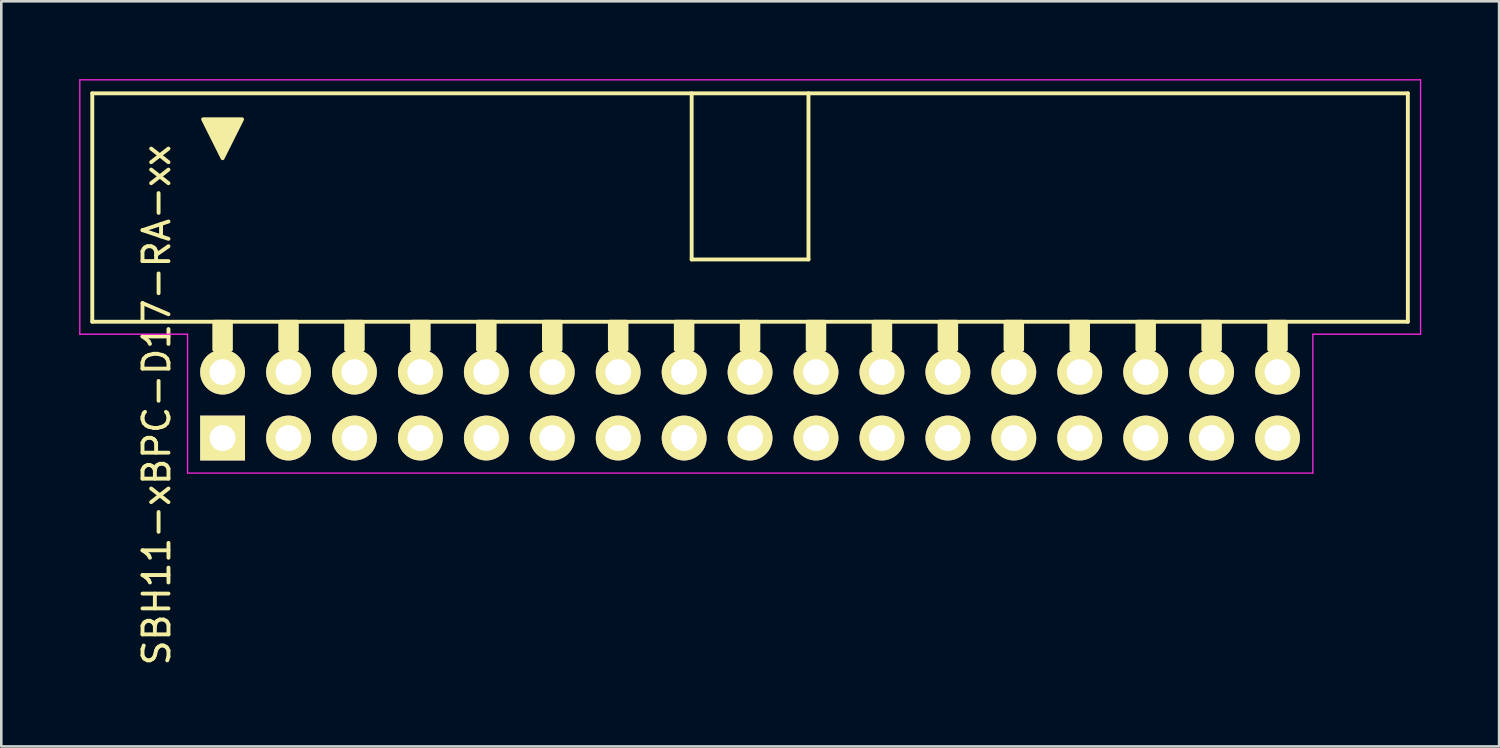
<source format=kicad_pcb>
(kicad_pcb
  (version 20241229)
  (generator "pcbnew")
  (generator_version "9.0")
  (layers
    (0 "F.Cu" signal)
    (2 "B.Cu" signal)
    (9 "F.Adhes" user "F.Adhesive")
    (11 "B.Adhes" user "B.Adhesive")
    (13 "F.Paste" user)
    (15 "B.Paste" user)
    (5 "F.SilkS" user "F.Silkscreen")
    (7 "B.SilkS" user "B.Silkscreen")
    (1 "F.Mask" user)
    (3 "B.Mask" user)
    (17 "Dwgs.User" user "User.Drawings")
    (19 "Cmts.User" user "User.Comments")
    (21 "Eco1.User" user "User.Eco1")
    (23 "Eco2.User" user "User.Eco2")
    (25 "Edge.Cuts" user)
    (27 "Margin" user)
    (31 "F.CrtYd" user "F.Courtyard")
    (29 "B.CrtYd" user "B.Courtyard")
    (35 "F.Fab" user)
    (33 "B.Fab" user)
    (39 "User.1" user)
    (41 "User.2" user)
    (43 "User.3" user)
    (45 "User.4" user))
  (footprint "SBH11-xBPC-D17-RA-xx"
    (layer "F.Cu")
    (at 5.525 13.825)
    (property "Reference" "SBH11-xBPC-D17-RA-xx" (at -2.54 -1.27 270) (layer "F.SilkS") (effects (font (size 1 1) (thickness 0.15))))
    (attr through_hole)
    (fp_line (start -5.02 -13.28) (end -5.02 -4.48) (stroke (width 0.15) (type solid)) (layer "F.SilkS"))
    (fp_line (start -5.02 -13.28) (end 45.66 -13.28) (stroke (width 0.15) (type solid)) (layer "F.SilkS"))
    (fp_line (start -5.02 -4.48) (end 45.66 -4.48) (stroke (width 0.15) (type solid)) (layer "F.SilkS"))
    (fp_line (start 18.07 -6.88) (end 18.07 -13.28) (stroke (width 0.15) (type solid)) (layer "F.SilkS"))
    (fp_line (start 18.07 -6.88) (end 22.57 -6.88) (stroke (width 0.15) (type solid)) (layer "F.SilkS"))
    (fp_line (start 22.57 -6.88) (end 22.57 -13.28) (stroke (width 0.15) (type solid)) (layer "F.SilkS"))
    (fp_line (start 45.66 -13.28) (end 45.66 -4.48) (stroke (width 0.15) (type solid)) (layer "F.SilkS"))
    (fp_poly (pts (xy 0 -10.78) (xy -0.75 -12.28) (xy 0.75 -12.28)) (stroke (width 0.15) (type solid)) (fill yes) (layer "F.SilkS"))
    (fp_poly (pts (xy 0.32 -4.48) (xy -0.32 -4.48) (xy -0.32 -3.404) (xy 0.32 -3.404)) (stroke (width 0.15) (type solid)) (fill yes) (layer "F.SilkS"))
    (fp_poly (pts (xy 2.86 -4.48) (xy 2.22 -4.48) (xy 2.22 -3.404) (xy 2.86 -3.404)) (stroke (width 0.15) (type solid)) (fill yes) (layer "F.SilkS"))
    (fp_poly (pts (xy 5.4 -4.48) (xy 4.76 -4.48) (xy 4.76 -3.404) (xy 5.4 -3.404)) (stroke (width 0.15) (type solid)) (fill yes) (layer "F.SilkS"))
    (fp_poly (pts (xy 7.94 -4.48) (xy 7.3 -4.48) (xy 7.3 -3.404) (xy 7.94 -3.404)) (stroke (width 0.15) (type solid)) (fill yes) (layer "F.SilkS"))
    (fp_poly (pts (xy 10.48 -4.48) (xy 9.84 -4.48) (xy 9.84 -3.404) (xy 10.48 -3.404)) (stroke (width 0.15) (type solid)) (fill yes) (layer "F.SilkS"))
    (fp_poly (pts (xy 13.02 -4.48) (xy 12.38 -4.48) (xy 12.38 -3.404) (xy 13.02 -3.404)) (stroke (width 0.15) (type solid)) (fill yes) (layer "F.SilkS"))
    (fp_poly (pts (xy 15.56 -4.48) (xy 14.92 -4.48) (xy 14.92 -3.404) (xy 15.56 -3.404)) (stroke (width 0.15) (type solid)) (fill yes) (layer "F.SilkS"))
    (fp_poly (pts (xy 18.1 -4.48) (xy 17.46 -4.48) (xy 17.46 -3.404) (xy 18.1 -3.404)) (stroke (width 0.15) (type solid)) (fill yes) (layer "F.SilkS"))
    (fp_poly (pts (xy 20.64 -4.48) (xy 20 -4.48) (xy 20 -3.404) (xy 20.64 -3.404)) (stroke (width 0.15) (type solid)) (fill yes) (layer "F.SilkS"))
    (fp_poly (pts (xy 23.18 -4.48) (xy 22.54 -4.48) (xy 22.54 -3.404) (xy 23.18 -3.404)) (stroke (width 0.15) (type solid)) (fill yes) (layer "F.SilkS"))
    (fp_poly (pts (xy 25.72 -4.48) (xy 25.08 -4.48) (xy 25.08 -3.404) (xy 25.72 -3.404)) (stroke (width 0.15) (type solid)) (fill yes) (layer "F.SilkS"))
    (fp_poly (pts (xy 28.26 -4.48) (xy 27.62 -4.48) (xy 27.62 -3.404) (xy 28.26 -3.404)) (stroke (width 0.15) (type solid)) (fill yes) (layer "F.SilkS"))
    (fp_poly (pts (xy 30.8 -4.48) (xy 30.16 -4.48) (xy 30.16 -3.404) (xy 30.8 -3.404)) (stroke (width 0.15) (type solid)) (fill yes) (layer "F.SilkS"))
    (fp_poly (pts (xy 33.34 -4.48) (xy 32.7 -4.48) (xy 32.7 -3.404) (xy 33.34 -3.404)) (stroke (width 0.15) (type solid)) (fill yes) (layer "F.SilkS"))
    (fp_poly (pts (xy 35.88 -4.48) (xy 35.24 -4.48) (xy 35.24 -3.404) (xy 35.88 -3.404)) (stroke (width 0.15) (type solid)) (fill yes) (layer "F.SilkS"))
    (fp_poly (pts (xy 38.42 -4.48) (xy 37.78 -4.48) (xy 37.78 -3.404) (xy 38.42 -3.404)) (stroke (width 0.15) (type solid)) (fill yes) (layer "F.SilkS"))
    (fp_poly (pts (xy 40.96 -4.48) (xy 40.32 -4.48) (xy 40.32 -3.404) (xy 40.96 -3.404)) (stroke (width 0.15) (type solid)) (fill yes) (layer "F.SilkS"))
    (fp_line (start -5.5 -13.8) (end -5.5 -4) (stroke (width 0.05) (type solid)) (layer "F.CrtYd"))
    (fp_line (start -5.5 -13.8) (end 46.15 -13.8) (stroke (width 0.05) (type solid)) (layer "F.CrtYd"))
    (fp_line (start -5.5 -4) (end -1.35 -4) (stroke (width 0.05) (type solid)) (layer "F.CrtYd"))
    (fp_line (start -1.35 -4) (end -1.35 1.35) (stroke (width 0.05) (type solid)) (layer "F.CrtYd"))
    (fp_line (start -1.35 1.35) (end 42 1.35) (stroke (width 0.05) (type solid)) (layer "F.CrtYd"))
    (fp_line (start 42 -4) (end 42 1.35) (stroke (width 0.05) (type solid)) (layer "F.CrtYd"))
    (fp_line (start 46.15 -13.8) (end 46.15 -4) (stroke (width 0.05) (type solid)) (layer "F.CrtYd"))
    (fp_line (start 46.15 -4) (end 42 -4) (stroke (width 0.05) (type solid)) (layer "F.CrtYd"))
    (pad "1" thru_hole rect (at 0 0) (size 1.727 1.727) (drill 1) (layers "*.Cu" "*.Mask" "F.SilkS"))
    (pad "2" thru_hole circle (at 0 -2.54) (size 1.727 1.727) (drill 1) (layers "*.Cu" "*.Mask" "F.SilkS"))
    (pad "3" thru_hole circle (at 2.54 0) (size 1.727 1.727) (drill 1) (layers "*.Cu" "*.Mask" "F.SilkS"))
    (pad "4" thru_hole circle (at 2.54 -2.54) (size 1.727 1.727) (drill 1) (layers "*.Cu" "*.Mask" "F.SilkS"))
    (pad "5" thru_hole circle (at 5.08 0) (size 1.727 1.727) (drill 1) (layers "*.Cu" "*.Mask" "F.SilkS"))
    (pad "6" thru_hole circle (at 5.08 -2.54) (size 1.727 1.727) (drill 1) (layers "*.Cu" "*.Mask" "F.SilkS"))
    (pad "7" thru_hole circle (at 7.62 0) (size 1.727 1.727) (drill 1) (layers "*.Cu" "*.Mask" "F.SilkS"))
    (pad "8" thru_hole circle (at 7.62 -2.54) (size 1.727 1.727) (drill 1) (layers "*.Cu" "*.Mask" "F.SilkS"))
    (pad "9" thru_hole circle (at 10.16 0) (size 1.727 1.727) (drill 1) (layers "*.Cu" "*.Mask" "F.SilkS"))
    (pad "10" thru_hole circle (at 10.16 -2.54) (size 1.727 1.727) (drill 1) (layers "*.Cu" "*.Mask" "F.SilkS"))
    (pad "11" thru_hole circle (at 12.7 0) (size 1.727 1.727) (drill 1) (layers "*.Cu" "*.Mask" "F.SilkS"))
    (pad "12" thru_hole circle (at 12.7 -2.54) (size 1.727 1.727) (drill 1) (layers "*.Cu" "*.Mask" "F.SilkS"))
    (pad "13" thru_hole circle (at 15.24 0) (size 1.727 1.727) (drill 1) (layers "*.Cu" "*.Mask" "F.SilkS"))
    (pad "14" thru_hole circle (at 15.24 -2.54) (size 1.727 1.727) (drill 1) (layers "*.Cu" "*.Mask" "F.SilkS"))
    (pad "15" thru_hole circle (at 17.78 0) (size 1.727 1.727) (drill 1) (layers "*.Cu" "*.Mask" "F.SilkS"))
    (pad "16" thru_hole circle (at 17.78 -2.54) (size 1.727 1.727) (drill 1) (layers "*.Cu" "*.Mask" "F.SilkS"))
    (pad "17" thru_hole circle (at 20.32 0) (size 1.727 1.727) (drill 1) (layers "*.Cu" "*.Mask" "F.SilkS"))
    (pad "18" thru_hole circle (at 20.32 -2.54) (size 1.727 1.727) (drill 1) (layers "*.Cu" "*.Mask" "F.SilkS"))
    (pad "19" thru_hole circle (at 22.86 0) (size 1.727 1.727) (drill 1) (layers "*.Cu" "*.Mask" "F.SilkS"))
    (pad "20" thru_hole circle (at 22.86 -2.54) (size 1.727 1.727) (drill 1) (layers "*.Cu" "*.Mask" "F.SilkS"))
    (pad "21" thru_hole circle (at 25.4 0) (size 1.727 1.727) (drill 1) (layers "*.Cu" "*.Mask" "F.SilkS"))
    (pad "22" thru_hole circle (at 25.4 -2.54) (size 1.727 1.727) (drill 1) (layers "*.Cu" "*.Mask" "F.SilkS"))
    (pad "23" thru_hole circle (at 27.94 0) (size 1.727 1.727) (drill 1) (layers "*.Cu" "*.Mask" "F.SilkS"))
    (pad "24" thru_hole circle (at 27.94 -2.54) (size 1.727 1.727) (drill 1) (layers "*.Cu" "*.Mask" "F.SilkS"))
    (pad "25" thru_hole circle (at 30.48 0) (size 1.727 1.727) (drill 1) (layers "*.Cu" "*.Mask" "F.SilkS"))
    (pad "26" thru_hole circle (at 30.48 -2.54) (size 1.727 1.727) (drill 1) (layers "*.Cu" "*.Mask" "F.SilkS"))
    (pad "27" thru_hole circle (at 33.02 0) (size 1.727 1.727) (drill 1) (layers "*.Cu" "*.Mask" "F.SilkS"))
    (pad "28" thru_hole circle (at 33.02 -2.54) (size 1.727 1.727) (drill 1) (layers "*.Cu" "*.Mask" "F.SilkS"))
    (pad "29" thru_hole circle (at 35.56 0) (size 1.727 1.727) (drill 1) (layers "*.Cu" "*.Mask" "F.SilkS"))
    (pad "30" thru_hole circle (at 35.56 -2.54) (size 1.727 1.727) (drill 1) (layers "*.Cu" "*.Mask" "F.SilkS"))
    (pad "31" thru_hole circle (at 38.1 0) (size 1.727 1.727) (drill 1) (layers "*.Cu" "*.Mask" "F.SilkS"))
    (pad "32" thru_hole circle (at 38.1 -2.54) (size 1.727 1.727) (drill 1) (layers "*.Cu" "*.Mask" "F.SilkS"))
    (pad "33" thru_hole circle (at 40.64 0) (size 1.727 1.727) (drill 1) (layers "*.Cu" "*.Mask" "F.SilkS"))
    (pad "34" thru_hole circle (at 40.64 -2.54) (size 1.727 1.727) (drill 1) (layers "*.Cu" "*.Mask" "F.SilkS")))
  (gr_rect
    (start -3 -3)
    (end 54.7 25.704)
    (stroke (width 0.1) (type default))
    (fill no)
    (layer "Edge.Cuts")))
</source>
